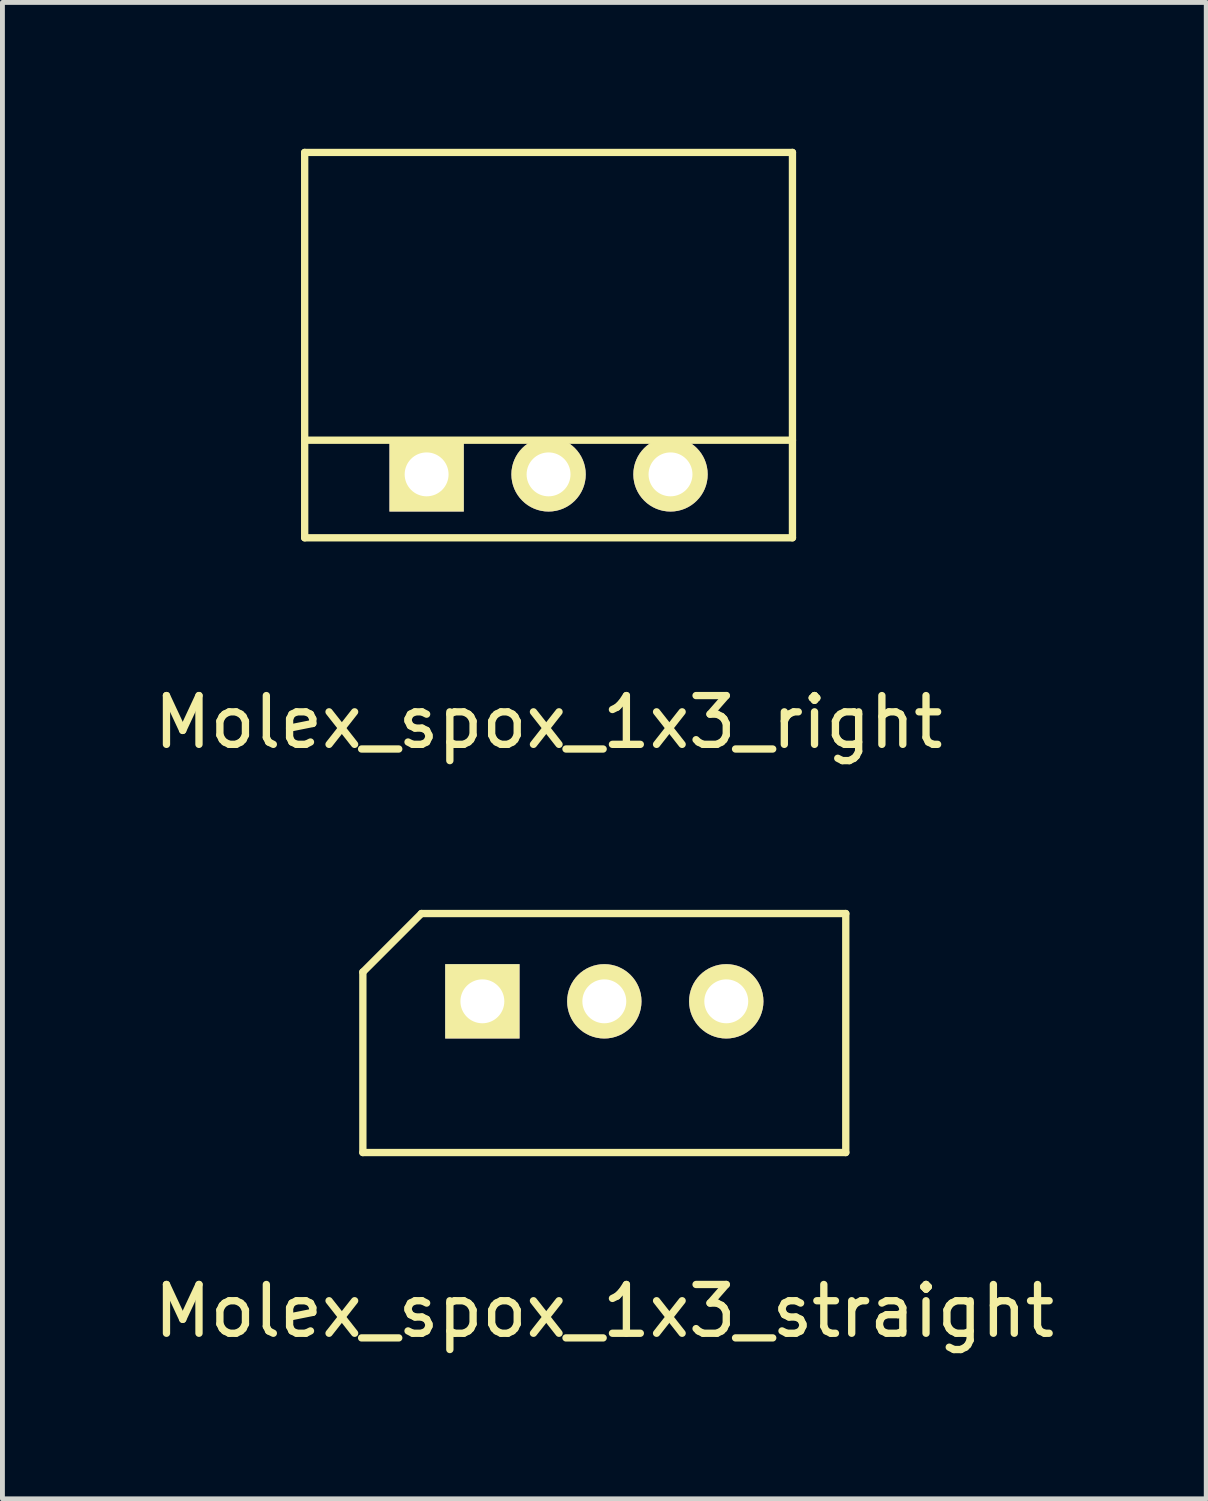
<source format=kicad_pcb>
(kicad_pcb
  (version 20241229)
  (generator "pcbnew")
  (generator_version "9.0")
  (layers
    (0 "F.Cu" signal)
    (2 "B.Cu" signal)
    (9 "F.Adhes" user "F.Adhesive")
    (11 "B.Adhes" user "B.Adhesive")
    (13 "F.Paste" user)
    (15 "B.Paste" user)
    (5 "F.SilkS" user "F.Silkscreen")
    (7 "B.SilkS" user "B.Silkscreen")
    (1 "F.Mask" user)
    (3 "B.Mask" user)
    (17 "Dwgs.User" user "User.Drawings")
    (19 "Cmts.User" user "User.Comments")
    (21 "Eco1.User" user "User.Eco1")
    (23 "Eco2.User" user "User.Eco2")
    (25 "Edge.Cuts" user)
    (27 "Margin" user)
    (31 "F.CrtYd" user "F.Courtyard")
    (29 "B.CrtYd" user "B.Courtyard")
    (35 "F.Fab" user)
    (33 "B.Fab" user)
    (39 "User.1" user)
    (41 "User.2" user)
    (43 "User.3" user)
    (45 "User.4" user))
  (footprint "Molex_spox_1x3_right"
    (layer "F.Cu")
    (at 8.196 6.675)
    (property "Reference" "Molex_spox_1x3_right" (at 0 5.08 0) (layer "F.SilkS") (effects (font (size 1 1) (thickness 0.15))))
    (attr through_hole)
    (fp_line (start -5 -6.6) (end -5 1.3) (stroke (width 0.15) (type solid)) (layer "F.SilkS"))
    (fp_line (start -5 -0.7) (end 5 -0.7) (stroke (width 0.15) (type solid)) (layer "F.SilkS"))
    (fp_line (start -5 1.3) (end 5 1.3) (stroke (width 0.15) (type solid)) (layer "F.SilkS"))
    (fp_line (start 5 -6.6) (end -5 -6.6) (stroke (width 0.15) (type solid)) (layer "F.SilkS"))
    (fp_line (start 5 1.3) (end 5 -6.6) (stroke (width 0.15) (type solid)) (layer "F.SilkS"))
    (pad "1" thru_hole rect (at -2.5 0) (size 1.524 1.524) (drill 0.9) (layers "*.Cu" "*.Mask" "F.SilkS"))
    (pad "2" thru_hole circle (at 0 0) (size 1.524 1.524) (drill 0.9) (layers "*.Cu" "*.Mask" "F.SilkS"))
    (pad "3" thru_hole circle (at 2.5 0) (size 1.524 1.524) (drill 0.9) (layers "*.Cu" "*.Mask" "F.SilkS")))
  (footprint "Molex_spox_1x3_straight"
    (layer "F.Cu")
    (at 9.339 17.478)
    (property "Reference" "Molex_spox_1x3_straight" (at 0 6.35 0) (layer "F.SilkS") (effects (font (size 1 1) (thickness 0.15))))
    (attr through_hole)
    (fp_line (start -4.95 -0.6) (end -3.75 -1.8) (stroke (width 0.15) (type solid)) (layer "F.SilkS"))
    (fp_line (start -4.95 3.1) (end -4.95 -0.6) (stroke (width 0.15) (type solid)) (layer "F.SilkS"))
    (fp_line (start -4.95 3.1) (end 4.95 3.1) (stroke (width 0.15) (type solid)) (layer "F.SilkS"))
    (fp_line (start 4.95 -1.8) (end -3.75 -1.8) (stroke (width 0.15) (type solid)) (layer "F.SilkS"))
    (fp_line (start 4.95 3.1) (end 4.95 -1.8) (stroke (width 0.15) (type solid)) (layer "F.SilkS"))
    (pad "1" thru_hole rect (at -2.5 0) (size 1.524 1.524) (drill 0.9) (layers "*.Cu" "*.Mask" "F.SilkS"))
    (pad "2" thru_hole circle (at 0 0) (size 1.524 1.524) (drill 0.9) (layers "*.Cu" "*.Mask" "F.SilkS"))
    (pad "3" thru_hole circle (at 2.5 0) (size 1.524 1.524) (drill 0.9) (layers "*.Cu" "*.Mask" "F.SilkS")))
  (gr_rect
    (start -3 -3)
    (end 21.679 27.677)
    (stroke (width 0.1) (type default))
    (fill no)
    (layer "Edge.Cuts")))
</source>
